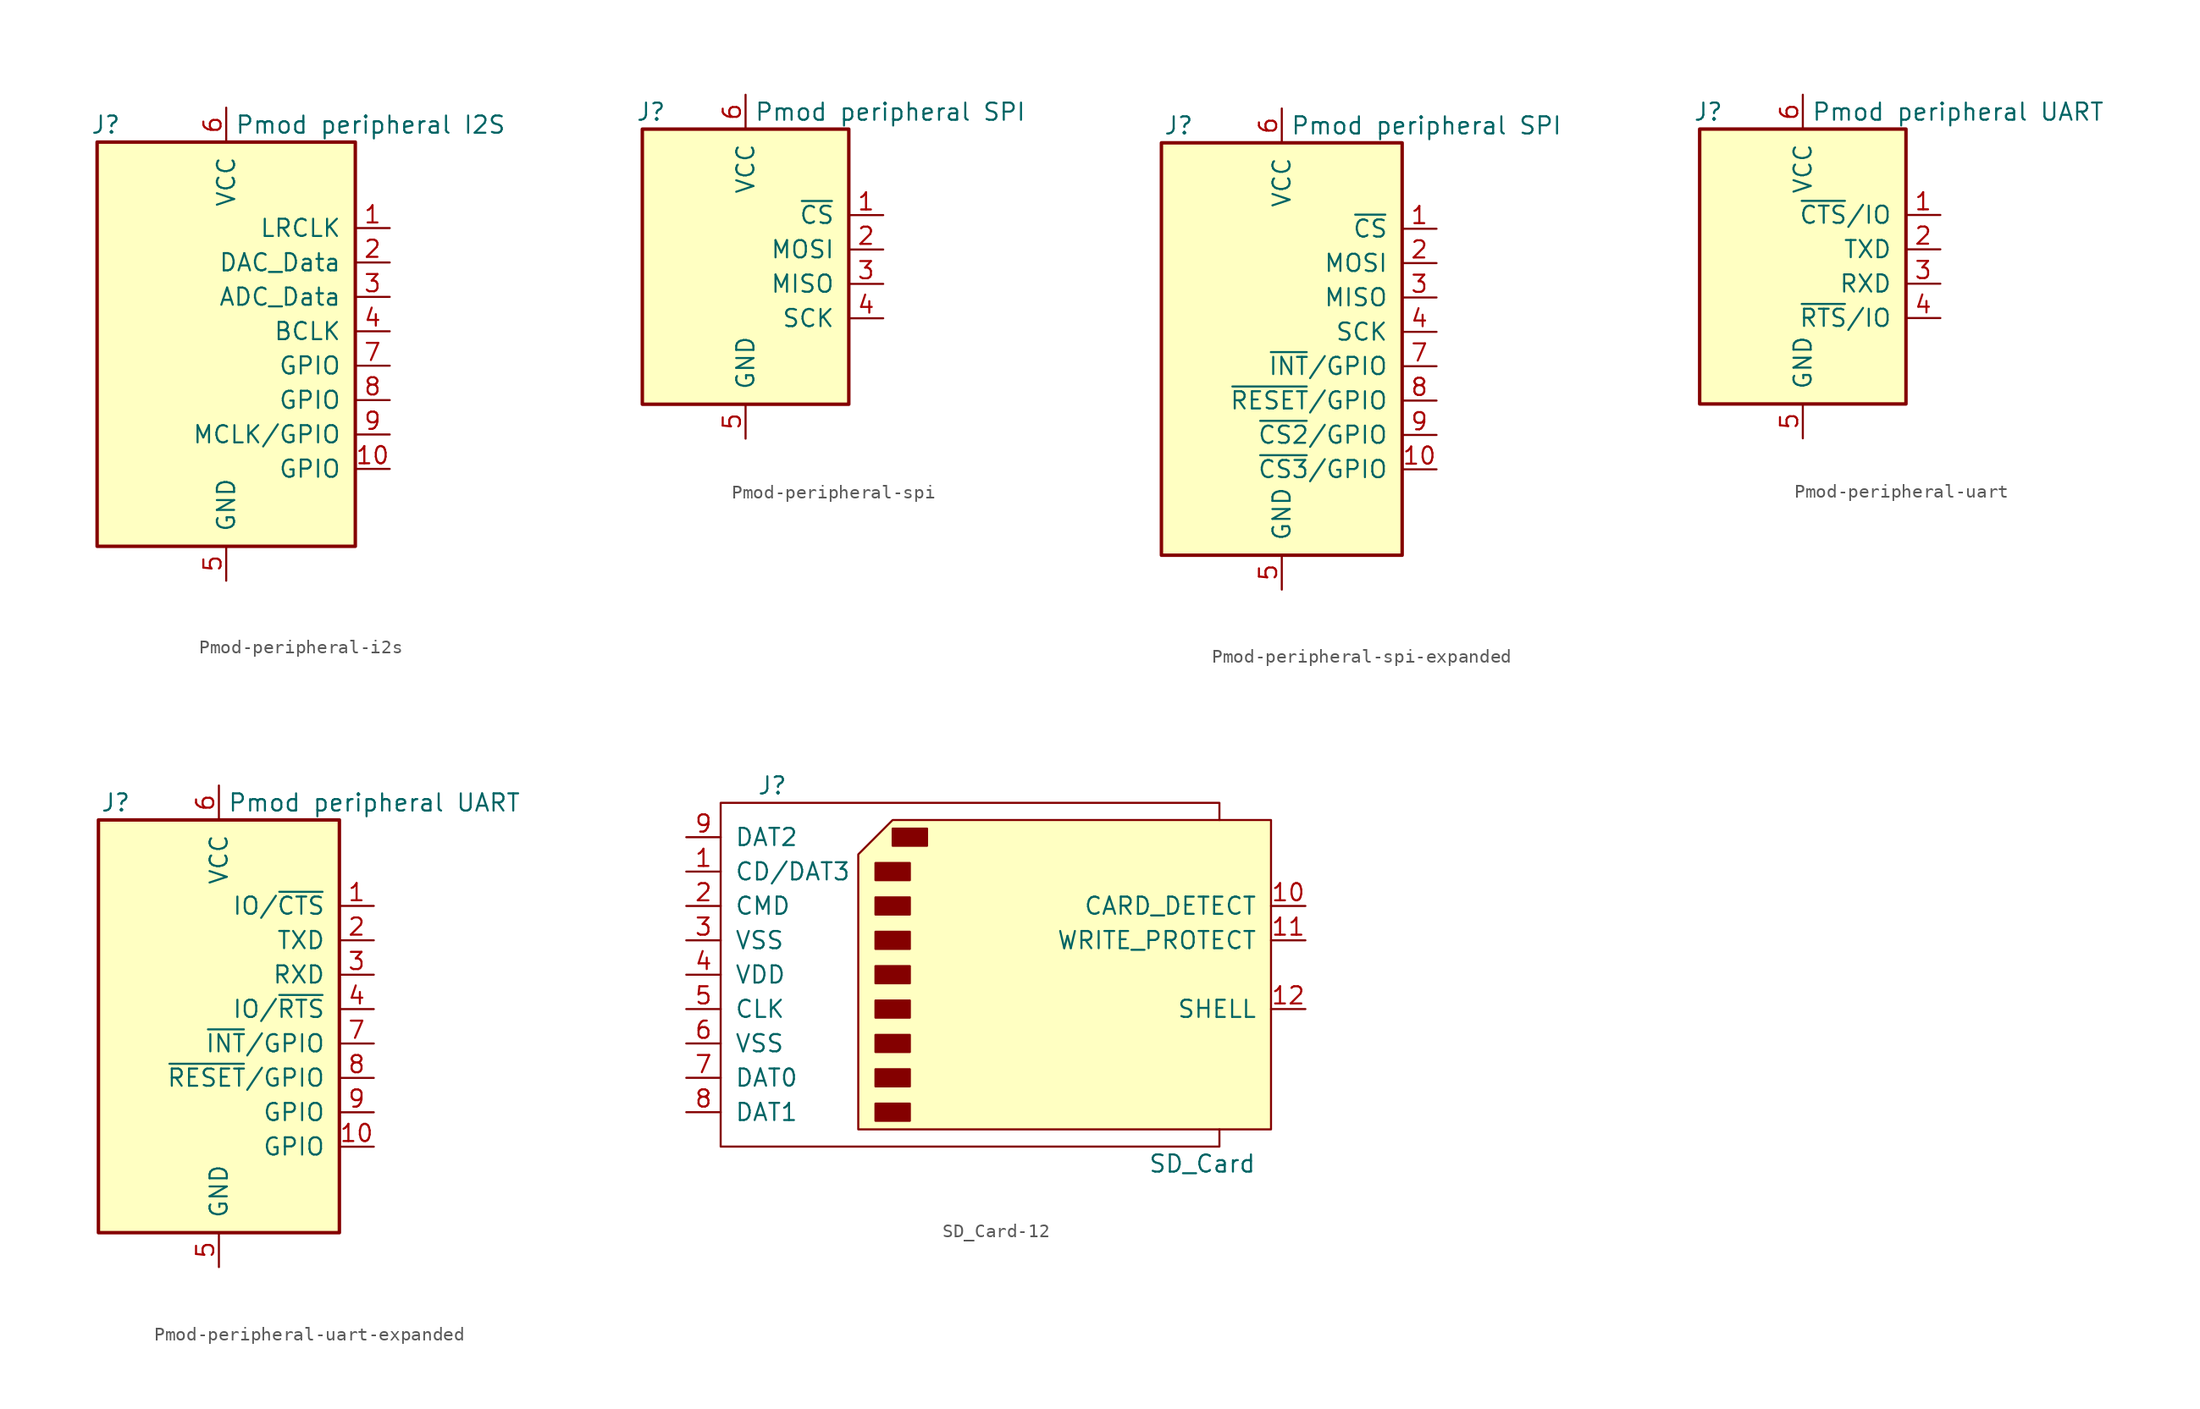
<source format=kicad_sym>
(kicad_symbol_lib
  (version 20220914)
  (generator kicad_symbol_editor)
  (symbol "Pmod-peripheral-i2s"
    (pin_names
      (offset 1.016))
    (property "Reference" "J"
      (at -8.89 16.51 0)
      (effects (font (size 1.27 1.27))))
    (property "Value" "Pmod peripheral I2S"
      (at 0.635 16.51 0)
      (effects (font (size 1.27 1.27)) (justify left)))
    (symbol "Pmod-peripheral-i2s_0_1"
      (rectangle (start -9.525 15.24) (end 9.525 -14.605) (stroke (width 0.254) (type default)) (fill (type background))))
    (symbol "Pmod-peripheral-i2s_1_1"
      (pin output line (at 12.065 8.89 180) (length 2.54) (name "LRCLK" (effects (font (size 1.27 1.27)))) (number "1" (effects (font (size 1.27 1.27)))))
      (pin bidirectional line (at 12.065 -8.89 180) (length 2.54) (name "GPIO" (effects (font (size 1.27 1.27)))) (number "10" (effects (font (size 1.27 1.27)))))
      (pin passive line (at 0 -17.145 90) (length 2.54) hide (name "GND" (effects (font (size 1.27 1.27)))) (number "11" (effects (font (size 1.27 1.27)))))
      (pin passive line (at 0 17.78 270) (length 2.54) hide (name "VCC" (effects (font (size 1.27 1.27)))) (number "12" (effects (font (size 1.27 1.27)))))
      (pin output line (at 12.065 6.35 180) (length 2.54) (name "DAC_Data" (effects (font (size 1.27 1.27)))) (number "2" (effects (font (size 1.27 1.27)))))
      (pin input line (at 12.065 3.81 180) (length 2.54) (name "ADC_Data" (effects (font (size 1.27 1.27)))) (number "3" (effects (font (size 1.27 1.27)))))
      (pin output line (at 12.065 1.27 180) (length 2.54) (name "BCLK" (effects (font (size 1.27 1.27)))) (number "4" (effects (font (size 1.27 1.27)))))
      (pin power_in line (at 0 -17.145 90) (length 2.54) (name "GND" (effects (font (size 1.27 1.27)))) (number "5" (effects (font (size 1.27 1.27)))))
      (pin power_in line (at 0 17.78 270) (length 2.54) (name "VCC" (effects (font (size 1.27 1.27)))) (number "6" (effects (font (size 1.27 1.27)))))
      (pin bidirectional line (at 12.065 -1.27 180) (length 2.54) (name "GPIO" (effects (font (size 1.27 1.27)))) (number "7" (effects (font (size 1.27 1.27)))))
      (pin bidirectional line (at 12.065 -3.81 180) (length 2.54) (name "GPIO" (effects (font (size 1.27 1.27)))) (number "8" (effects (font (size 1.27 1.27)))))
      (pin bidirectional line (at 12.065 -6.35 180) (length 2.54) (name "MCLK/GPIO" (effects (font (size 1.27 1.27)))) (number "9" (effects (font (size 1.27 1.27)))))))
  (symbol "Pmod-peripheral-spi"
    (pin_names
      (offset 1.016))
    (property "Reference" "J"
      (at -6.985 11.43 0)
      (effects (font (size 1.27 1.27))))
    (property "Value" "Pmod peripheral SPI"
      (at 0.635 11.43 0)
      (effects (font (size 1.27 1.27)) (justify left)))
    (symbol "Pmod-peripheral-spi_0_1"
      (rectangle (start -7.62 10.16) (end 7.62 -10.16) (stroke (width 0.254) (type default)) (fill (type background))))
    (symbol "Pmod-peripheral-spi_1_1"
      (pin output line (at 10.16 3.81 180) (length 2.54) (name "~{CS}" (effects (font (size 1.27 1.27)))) (number "1" (effects (font (size 1.27 1.27)))))
      (pin output line (at 10.16 1.27 180) (length 2.54) (name "MOSI" (effects (font (size 1.27 1.27)))) (number "2" (effects (font (size 1.27 1.27)))))
      (pin input line (at 10.16 -1.27 180) (length 2.54) (name "MISO" (effects (font (size 1.27 1.27)))) (number "3" (effects (font (size 1.27 1.27)))))
      (pin output line (at 10.16 -3.81 180) (length 2.54) (name "SCK" (effects (font (size 1.27 1.27)))) (number "4" (effects (font (size 1.27 1.27)))))
      (pin power_in line (at 0 -12.7 90) (length 2.54) (name "GND" (effects (font (size 1.27 1.27)))) (number "5" (effects (font (size 1.27 1.27)))))
      (pin power_in line (at 0 12.7 270) (length 2.54) (name "VCC" (effects (font (size 1.27 1.27)))) (number "6" (effects (font (size 1.27 1.27)))))))
  (symbol "Pmod-peripheral-spi-expanded"
    (pin_names
      (offset 1.016))
    (property "Reference" "J"
      (at -7.62 16.51 0)
      (effects (font (size 1.27 1.27))))
    (property "Value" "Pmod peripheral SPI"
      (at 0.635 16.51 0)
      (effects (font (size 1.27 1.27)) (justify left)))
    (symbol "Pmod-peripheral-spi-expanded_0_1"
      (rectangle (start -8.89 15.24) (end 8.89 -15.24) (stroke (width 0.254) (type default)) (fill (type background))))
    (symbol "Pmod-peripheral-spi-expanded_1_1"
      (pin output line (at 11.43 8.89 180) (length 2.54) (name "~{CS}" (effects (font (size 1.27 1.27)))) (number "1" (effects (font (size 1.27 1.27)))))
      (pin bidirectional line (at 11.43 -8.89 180) (length 2.54) (name "~{CS3}/GPIO" (effects (font (size 1.27 1.27)))) (number "10" (effects (font (size 1.27 1.27)))))
      (pin passive line (at 0 -17.78 90) (length 2.54) hide (name "GND" (effects (font (size 1.27 1.27)))) (number "11" (effects (font (size 1.27 1.27)))))
      (pin passive line (at 0 17.78 270) (length 2.54) hide (name "VCC" (effects (font (size 1.27 1.27)))) (number "12" (effects (font (size 1.27 1.27)))))
      (pin output line (at 11.43 6.35 180) (length 2.54) (name "MOSI" (effects (font (size 1.27 1.27)))) (number "2" (effects (font (size 1.27 1.27)))))
      (pin input line (at 11.43 3.81 180) (length 2.54) (name "MISO" (effects (font (size 1.27 1.27)))) (number "3" (effects (font (size 1.27 1.27)))))
      (pin output line (at 11.43 1.27 180) (length 2.54) (name "SCK" (effects (font (size 1.27 1.27)))) (number "4" (effects (font (size 1.27 1.27)))))
      (pin power_in line (at 0 -17.78 90) (length 2.54) (name "GND" (effects (font (size 1.27 1.27)))) (number "5" (effects (font (size 1.27 1.27)))))
      (pin power_in line (at 0 17.78 270) (length 2.54) (name "VCC" (effects (font (size 1.27 1.27)))) (number "6" (effects (font (size 1.27 1.27)))))
      (pin bidirectional line (at 11.43 -1.27 180) (length 2.54) (name "~{INT}/GPIO" (effects (font (size 1.27 1.27)))) (number "7" (effects (font (size 1.27 1.27)))))
      (pin bidirectional line (at 11.43 -3.81 180) (length 2.54) (name "~{RESET}/GPIO" (effects (font (size 1.27 1.27)))) (number "8" (effects (font (size 1.27 1.27)))))
      (pin bidirectional line (at 11.43 -6.35 180) (length 2.54) (name "~{CS2}/GPIO" (effects (font (size 1.27 1.27)))) (number "9" (effects (font (size 1.27 1.27)))))))
  (symbol "Pmod-peripheral-uart"
    (pin_names
      (offset 1.016))
    (property "Reference" "J"
      (at -6.985 11.43 0)
      (effects (font (size 1.27 1.27))))
    (property "Value" "Pmod peripheral UART"
      (at 0.635 11.43 0)
      (effects (font (size 1.27 1.27)) (justify left)))
    (symbol "Pmod-peripheral-uart_0_1"
      (rectangle (start -7.62 10.16) (end 7.62 -10.16) (stroke (width 0.254) (type default)) (fill (type background))))
    (symbol "Pmod-peripheral-uart_1_1"
      (pin input line (at 10.16 3.81 180) (length 2.54) (name "~{CTS}/IO" (effects (font (size 1.27 1.27)))) (number "1" (effects (font (size 1.27 1.27)))))
      (pin output line (at 10.16 1.27 180) (length 2.54) (name "TXD" (effects (font (size 1.27 1.27)))) (number "2" (effects (font (size 1.27 1.27)))))
      (pin input line (at 10.16 -1.27 180) (length 2.54) (name "RXD" (effects (font (size 1.27 1.27)))) (number "3" (effects (font (size 1.27 1.27)))))
      (pin output line (at 10.16 -3.81 180) (length 2.54) (name "~{RTS}/IO" (effects (font (size 1.27 1.27)))) (number "4" (effects (font (size 1.27 1.27)))))
      (pin power_in line (at 0 -12.7 90) (length 2.54) (name "GND" (effects (font (size 1.27 1.27)))) (number "5" (effects (font (size 1.27 1.27)))))
      (pin power_in line (at 0 12.7 270) (length 2.54) (name "VCC" (effects (font (size 1.27 1.27)))) (number "6" (effects (font (size 1.27 1.27)))))))
  (symbol "Pmod-peripheral-uart-expanded"
    (pin_names
      (offset 1.016))
    (property "Reference" "J"
      (at -7.62 16.51 0)
      (effects (font (size 1.27 1.27))))
    (property "Value" "Pmod peripheral UART"
      (at 0.635 16.51 0)
      (effects (font (size 1.27 1.27)) (justify left)))
    (symbol "Pmod-peripheral-uart-expanded_0_1"
      (rectangle (start -8.89 15.24) (end 8.89 -15.24) (stroke (width 0.254) (type default)) (fill (type background))))
    (symbol "Pmod-peripheral-uart-expanded_1_1"
      (pin input line (at 11.43 8.89 180) (length 2.54) (name "IO/~{CTS}" (effects (font (size 1.27 1.27)))) (number "1" (effects (font (size 1.27 1.27)))))
      (pin bidirectional line (at 11.43 -8.89 180) (length 2.54) (name "GPIO" (effects (font (size 1.27 1.27)))) (number "10" (effects (font (size 1.27 1.27)))))
      (pin passive line (at 0 -17.78 90) (length 2.54) hide (name "GND" (effects (font (size 1.27 1.27)))) (number "11" (effects (font (size 1.27 1.27)))))
      (pin passive line (at 0 17.78 270) (length 2.54) hide (name "VCC" (effects (font (size 1.27 1.27)))) (number "12" (effects (font (size 1.27 1.27)))))
      (pin output line (at 11.43 6.35 180) (length 2.54) (name "TXD" (effects (font (size 1.27 1.27)))) (number "2" (effects (font (size 1.27 1.27)))))
      (pin input line (at 11.43 3.81 180) (length 2.54) (name "RXD" (effects (font (size 1.27 1.27)))) (number "3" (effects (font (size 1.27 1.27)))))
      (pin output line (at 11.43 1.27 180) (length 2.54) (name "IO/~{RTS}" (effects (font (size 1.27 1.27)))) (number "4" (effects (font (size 1.27 1.27)))))
      (pin power_in line (at 0 -17.78 90) (length 2.54) (name "GND" (effects (font (size 1.27 1.27)))) (number "5" (effects (font (size 1.27 1.27)))))
      (pin power_in line (at 0 17.78 270) (length 2.54) (name "VCC" (effects (font (size 1.27 1.27)))) (number "6" (effects (font (size 1.27 1.27)))))
      (pin bidirectional line (at 11.43 -1.27 180) (length 2.54) (name "~{INT}/GPIO" (effects (font (size 1.27 1.27)))) (number "7" (effects (font (size 1.27 1.27)))))
      (pin bidirectional line (at 11.43 -3.81 180) (length 2.54) (name "~{RESET}/GPIO" (effects (font (size 1.27 1.27)))) (number "8" (effects (font (size 1.27 1.27)))))
      (pin bidirectional line (at 11.43 -6.35 180) (length 2.54) (name "GPIO" (effects (font (size 1.27 1.27)))) (number "9" (effects (font (size 1.27 1.27)))))))
  (symbol "SD_Card-12"
    (pin_names
      (offset 1.016))
    (property "Reference" "J"
      (at -16.51 13.97 0)
      (effects (font (size 1.27 1.27))))
    (property "Value" "SD_Card"
      (at 15.24 -13.97 0)
      (effects (font (size 1.27 1.27))))
    (symbol "SD_Card-12_0_1"
      (rectangle (start -8.89 -9.525) (end -6.35 -10.795) (stroke (width 0) (type default)) (fill (type outline)))
      (rectangle (start -8.89 -6.985) (end -6.35 -8.255) (stroke (width 0) (type default)) (fill (type outline)))
      (rectangle (start -8.89 -4.445) (end -6.35 -5.715) (stroke (width 0) (type default)) (fill (type outline)))
      (rectangle (start -8.89 -1.905) (end -6.35 -3.175) (stroke (width 0) (type default)) (fill (type outline)))
      (rectangle (start -8.89 0.635) (end -6.35 -0.635) (stroke (width 0) (type default)) (fill (type outline)))
      (rectangle (start -8.89 3.175) (end -6.35 1.905) (stroke (width 0) (type default)) (fill (type outline)))
      (rectangle (start -8.89 5.715) (end -6.35 4.445) (stroke (width 0) (type default)) (fill (type outline)))
      (rectangle (start -8.89 8.255) (end -6.35 6.985) (stroke (width 0) (type default)) (fill (type outline)))
      (rectangle (start -7.62 10.795) (end -5.08 9.525) (stroke (width 0) (type default)) (fill (type outline)))
      (polyline (pts (xy -10.16 8.89) (xy -7.62 11.43) (xy 20.32 11.43) (xy 20.32 -11.43) (xy -10.16 -11.43) (xy -10.16 8.89)) (stroke (width 0) (type default)) (fill (type background)))
      (polyline (pts (xy 16.51 11.43) (xy 16.51 12.7) (xy -20.32 12.7) (xy -20.32 -12.7) (xy 16.51 -12.7) (xy 16.51 -11.43)) (stroke (width 0) (type default)) (fill (type none))))
    (symbol "SD_Card-12_1_1"
      (pin input line (at -22.86 7.62 0) (length 2.54) (name "CD/DAT3" (effects (font (size 1.27 1.27)))) (number "1" (effects (font (size 1.27 1.27)))))
      (pin input line (at 22.86 5.08 180) (length 2.54) (name "CARD_DETECT" (effects (font (size 1.27 1.27)))) (number "10" (effects (font (size 1.27 1.27)))))
      (pin input line (at 22.86 2.54 180) (length 2.54) (name "WRITE_PROTECT" (effects (font (size 1.27 1.27)))) (number "11" (effects (font (size 1.27 1.27)))))
      (pin input line (at 22.86 -2.54 180) (length 2.54) (name "SHELL" (effects (font (size 1.27 1.27)))) (number "12" (effects (font (size 1.27 1.27)))))
      (pin input line (at -22.86 5.08 0) (length 2.54) (name "CMD" (effects (font (size 1.27 1.27)))) (number "2" (effects (font (size 1.27 1.27)))))
      (pin power_in line (at -22.86 2.54 0) (length 2.54) (name "VSS" (effects (font (size 1.27 1.27)))) (number "3" (effects (font (size 1.27 1.27)))))
      (pin power_in line (at -22.86 0 0) (length 2.54) (name "VDD" (effects (font (size 1.27 1.27)))) (number "4" (effects (font (size 1.27 1.27)))))
      (pin input line (at -22.86 -2.54 0) (length 2.54) (name "CLK" (effects (font (size 1.27 1.27)))) (number "5" (effects (font (size 1.27 1.27)))))
      (pin power_in line (at -22.86 -5.08 0) (length 2.54) (name "VSS" (effects (font (size 1.27 1.27)))) (number "6" (effects (font (size 1.27 1.27)))))
      (pin input line (at -22.86 -7.62 0) (length 2.54) (name "DAT0" (effects (font (size 1.27 1.27)))) (number "7" (effects (font (size 1.27 1.27)))))
      (pin input line (at -22.86 -10.16 0) (length 2.54) (name "DAT1" (effects (font (size 1.27 1.27)))) (number "8" (effects (font (size 1.27 1.27)))))
      (pin input line (at -22.86 10.16 0) (length 2.54) (name "DAT2" (effects (font (size 1.27 1.27)))) (number "9" (effects (font (size 1.27 1.27))))))))
</source>
